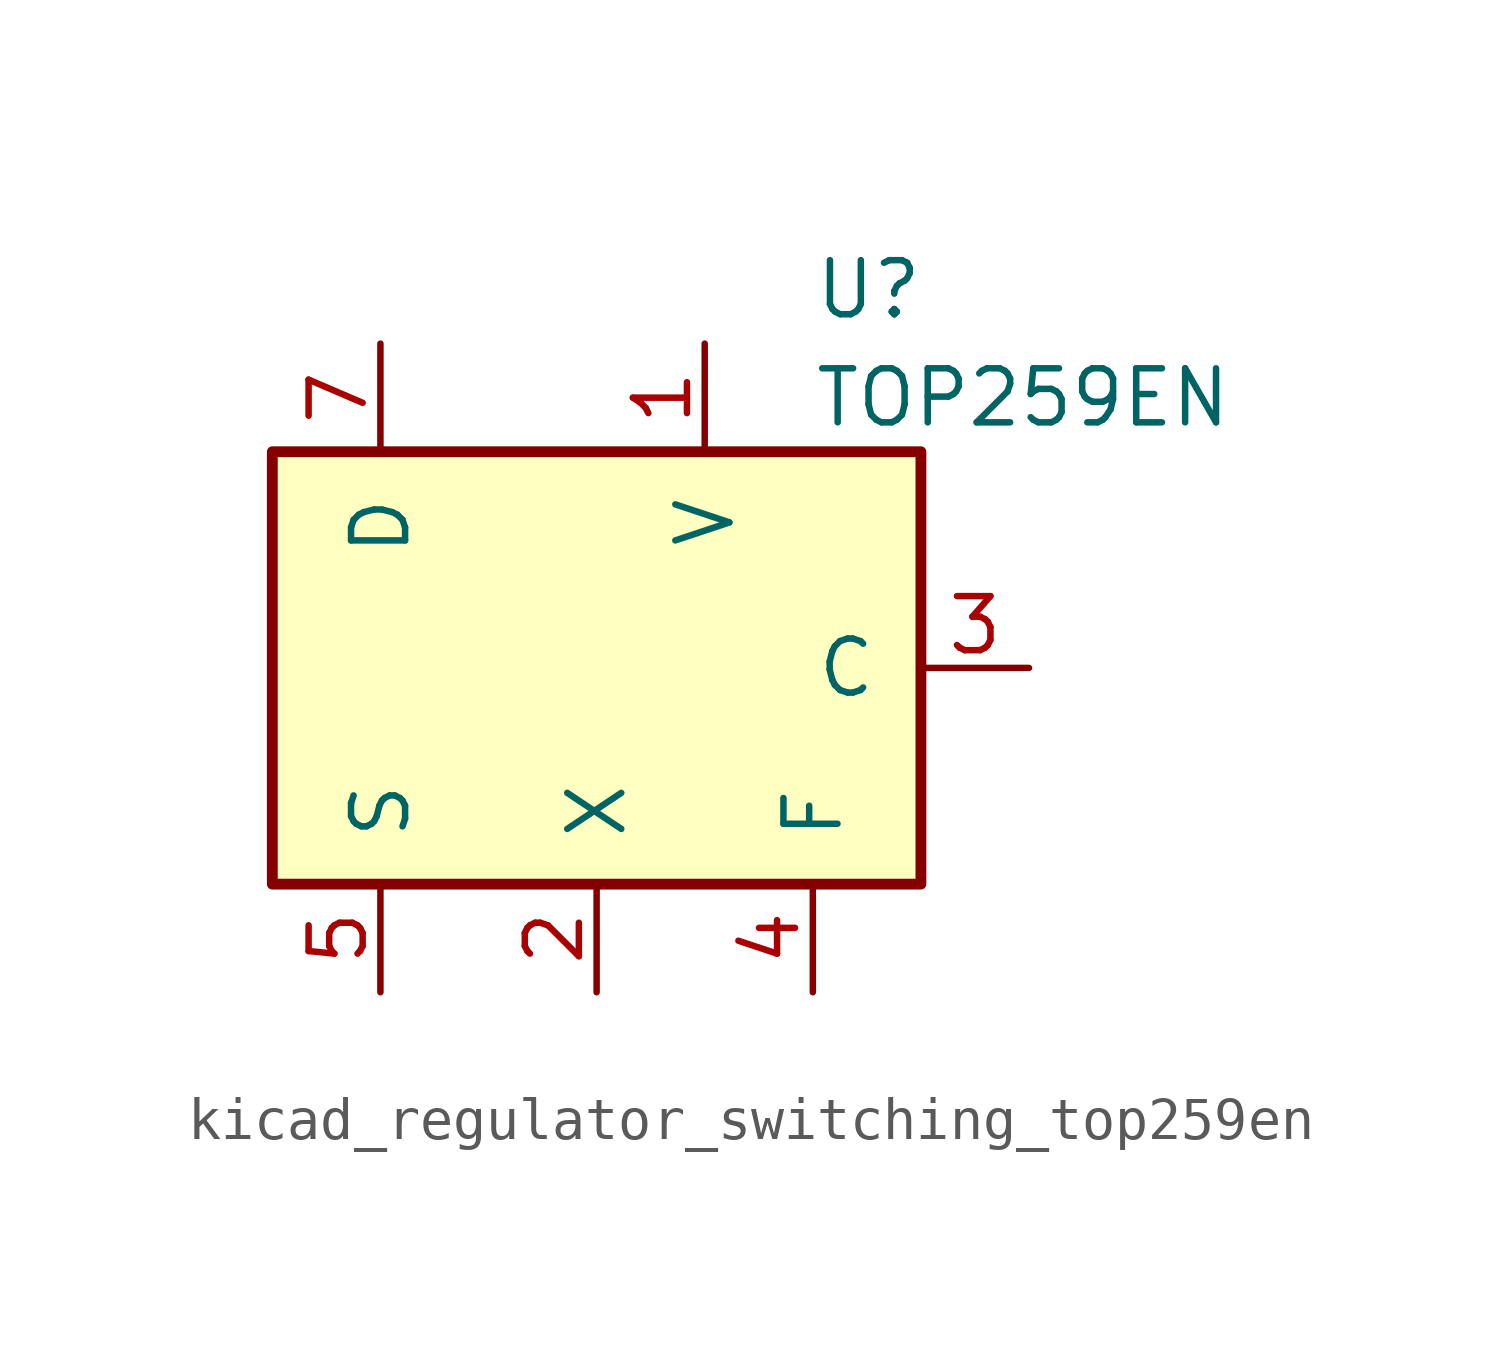
<source format=kicad_sym>
(kicad_symbol_lib
  (version 20220914)
  (generator kicad_symbol_editor)
  (symbol "kicad_regulator_switching_top259en"
    (pin_names
      (offset 1.016))
    (property "Reference" "U"
      (at 5.08 8.89 0)
      (effects (font (size 1.27 1.27)) (justify left)))
    (property "Value" "TOP259EN"
      (at 5.08 6.35 0)
      (effects (font (size 1.27 1.27)) (justify left)))
    (symbol "kicad_regulator_switching_top259en_0_1"
      (rectangle (start -7.62 5.08) (end 7.62 -5.08) (stroke (width 0.254) (type default)) (fill (type background))))
    (symbol "kicad_regulator_switching_top259en_1_1"
      (pin input line (at 2.54 7.62 270) (length 2.54) (name "V" (effects (font (size 1.27 1.27)))) (number "1" (effects (font (size 1.27 1.27)))))
      (pin input line (at 0 -7.62 90) (length 2.54) (name "X" (effects (font (size 1.27 1.27)))) (number "2" (effects (font (size 1.27 1.27)))))
      (pin input line (at 10.16 0 180) (length 2.54) (name "C" (effects (font (size 1.27 1.27)))) (number "3" (effects (font (size 1.27 1.27)))))
      (pin passive line (at 5.08 -7.62 90) (length 2.54) (name "F" (effects (font (size 1.27 1.27)))) (number "4" (effects (font (size 1.27 1.27)))))
      (pin power_in line (at -5.08 -7.62 90) (length 2.54) (name "S" (effects (font (size 1.27 1.27)))) (number "5" (effects (font (size 1.27 1.27)))))
      (pin open_collector line (at -5.08 7.62 270) (length 2.54) (name "D" (effects (font (size 1.27 1.27)))) (number "7" (effects (font (size 1.27 1.27))))))))
</source>
